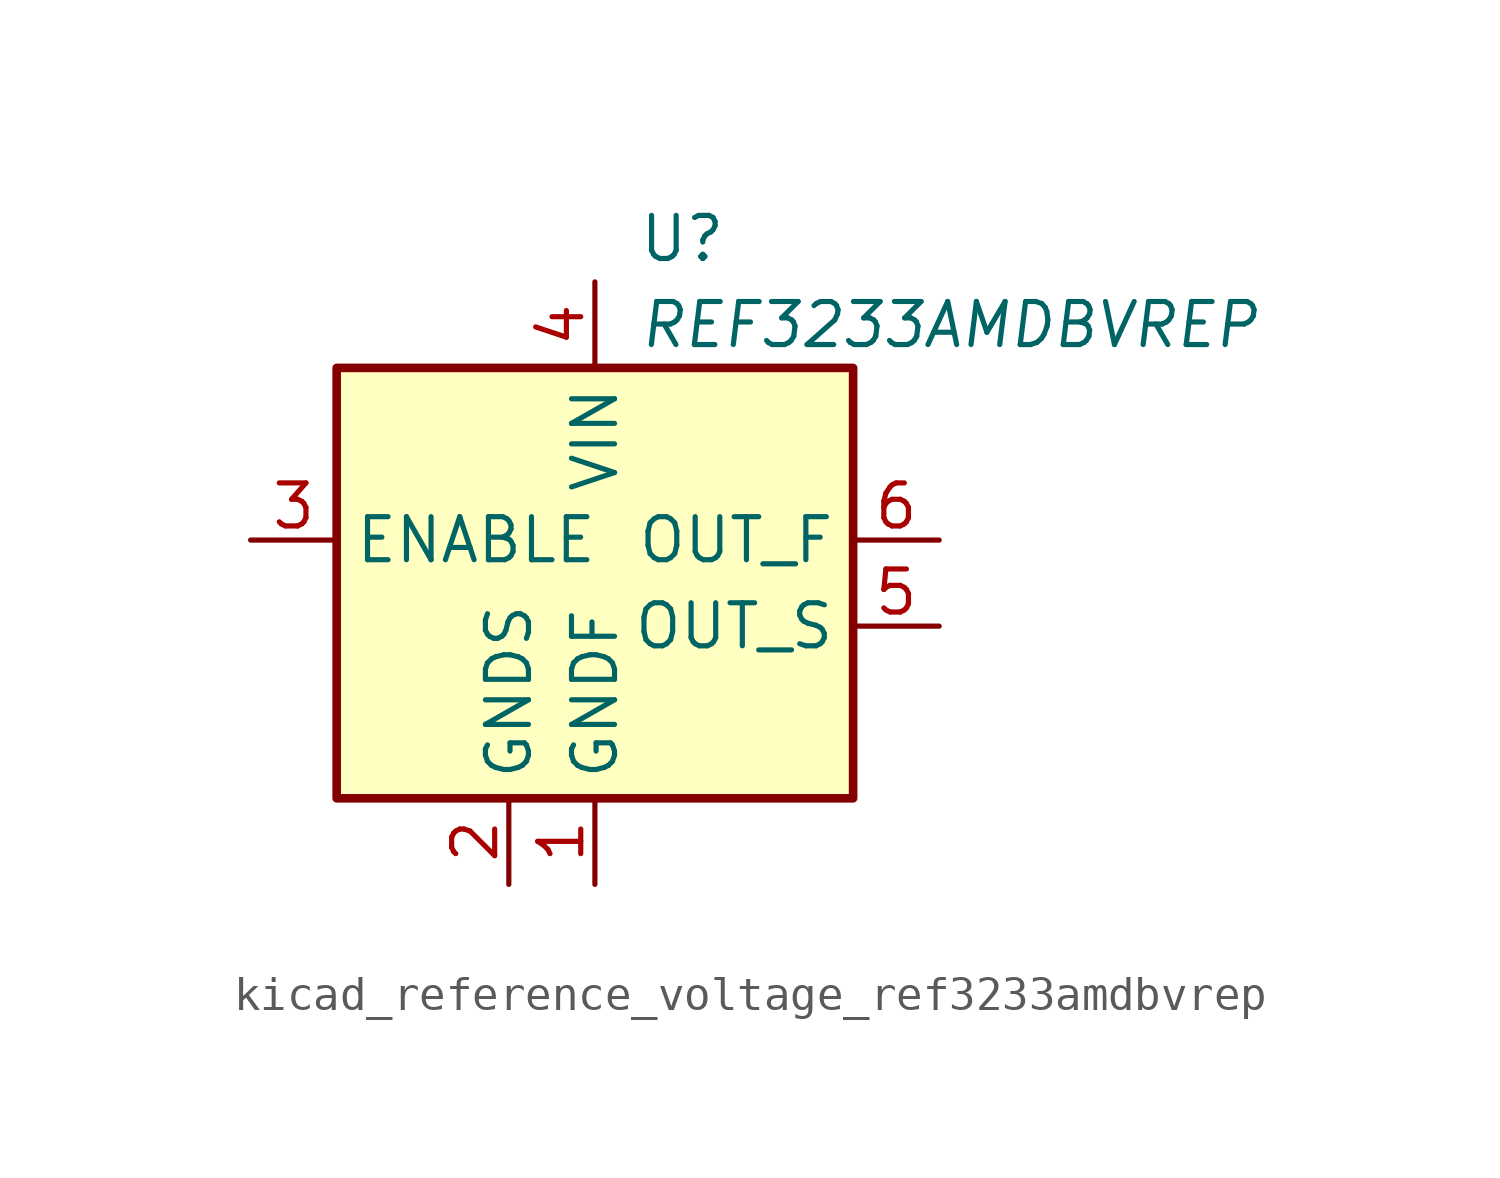
<source format=kicad_sym>
(kicad_symbol_lib
  (version 20220914)
  (generator kicad_symbol_editor)
  (symbol "kicad_reference_voltage_ref3233amdbvrep"
    (property "Reference" "U"
      (at 1.27 8.89 0)
      (effects (font (size 1.27 1.27)) (justify left)))
    (property "Value" "REF3233AMDBVREP"
      (at 1.27 6.35 0)
      (effects (font (size 1.27 1.27) italic) (justify left)))
    (symbol "kicad_reference_voltage_ref3233amdbvrep_0_1"
      (rectangle (start -7.62 5.08) (end 7.62 -7.62) (stroke (width 0.254) (type default)) (fill (type background))))
    (symbol "kicad_reference_voltage_ref3233amdbvrep_1_1"
      (pin power_in line (at 0 -10.16 90) (length 2.54) (name "GNDF" (effects (font (size 1.27 1.27)))) (number "1" (effects (font (size 1.27 1.27)))))
      (pin input line (at -2.54 -10.16 90) (length 2.54) (name "GNDS" (effects (font (size 1.27 1.27)))) (number "2" (effects (font (size 1.27 1.27)))))
      (pin input line (at -10.16 0 0) (length 2.54) (name "ENABLE" (effects (font (size 1.27 1.27)))) (number "3" (effects (font (size 1.27 1.27)))))
      (pin power_in line (at 0 7.62 270) (length 2.54) (name "VIN" (effects (font (size 1.27 1.27)))) (number "4" (effects (font (size 1.27 1.27)))))
      (pin input line (at 10.16 -2.54 180) (length 2.54) (name "OUT_S" (effects (font (size 1.27 1.27)))) (number "5" (effects (font (size 1.27 1.27)))))
      (pin output line (at 10.16 0 180) (length 2.54) (name "OUT_F" (effects (font (size 1.27 1.27)))) (number "6" (effects (font (size 1.27 1.27))))))))
</source>
